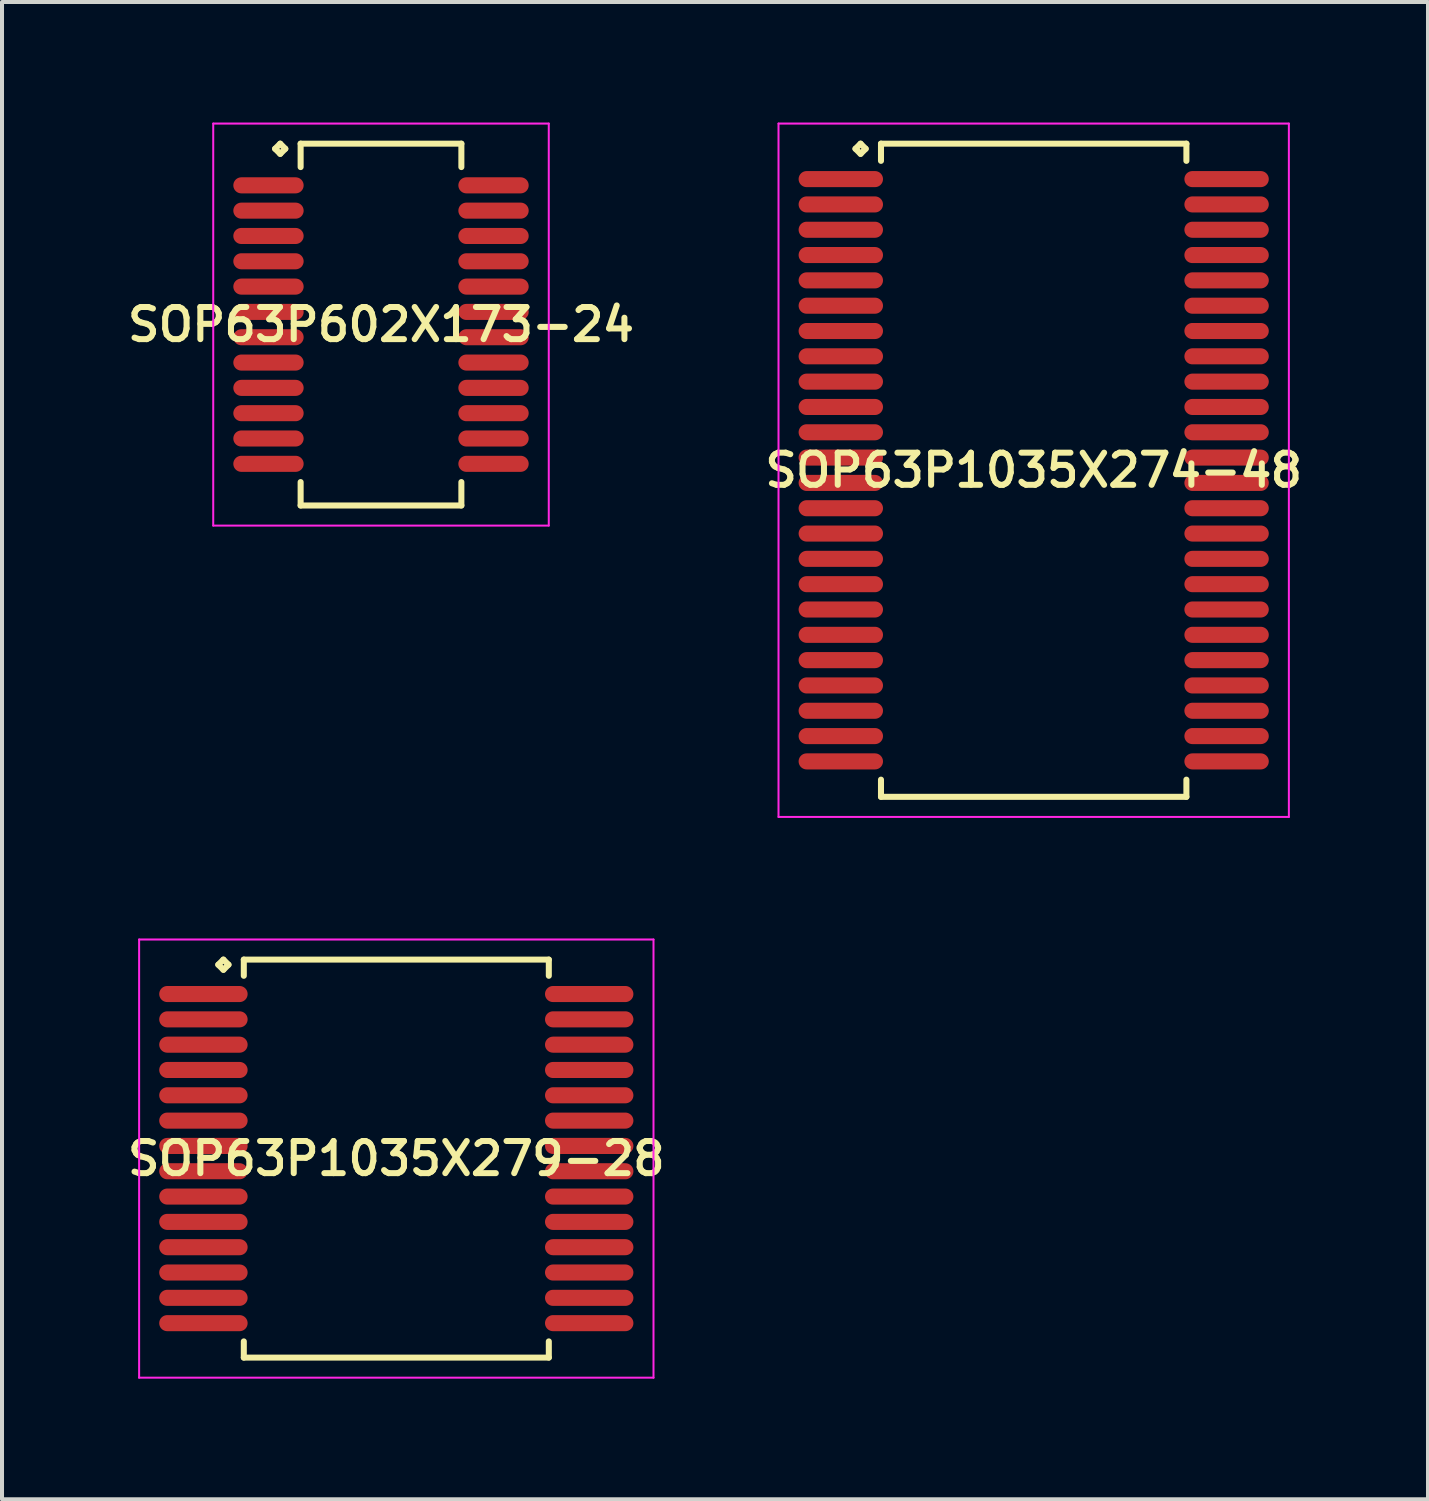
<source format=kicad_pcb>
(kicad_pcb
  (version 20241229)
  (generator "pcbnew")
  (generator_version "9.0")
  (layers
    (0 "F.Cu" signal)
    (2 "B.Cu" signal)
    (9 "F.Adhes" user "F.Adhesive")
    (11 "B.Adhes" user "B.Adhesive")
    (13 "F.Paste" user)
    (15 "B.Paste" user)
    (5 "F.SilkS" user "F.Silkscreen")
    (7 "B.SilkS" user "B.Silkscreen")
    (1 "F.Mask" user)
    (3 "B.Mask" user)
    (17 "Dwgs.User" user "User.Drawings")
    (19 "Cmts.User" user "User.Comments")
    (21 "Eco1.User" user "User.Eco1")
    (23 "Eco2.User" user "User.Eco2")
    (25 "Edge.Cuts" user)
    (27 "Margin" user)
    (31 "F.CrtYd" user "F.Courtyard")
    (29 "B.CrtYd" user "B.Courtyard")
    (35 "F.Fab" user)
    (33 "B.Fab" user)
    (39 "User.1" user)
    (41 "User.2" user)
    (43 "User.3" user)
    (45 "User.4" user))
  (footprint "SOP63P602X173-24"
    (layer "F.Cu")
    (at 6.431 5.027)
    (property "Reference" "SOP63P602X173-24" (at 0 0 0) (layer "F.SilkS") (effects (font (size 0.8 0.8) (thickness 0.15))))
    (attr smd)
    (fp_line (start -2.635 -4.375) (end -2.508 -4.502) (stroke (width 0.15) (type solid)) (layer "F.SilkS"))
    (fp_line (start -2.508 -4.502) (end -2.381 -4.375) (stroke (width 0.15) (type solid)) (layer "F.SilkS"))
    (fp_line (start -2.508 -4.248) (end -2.635 -4.375) (stroke (width 0.15) (type solid)) (layer "F.SilkS"))
    (fp_line (start -2.381 -4.375) (end -2.508 -4.248) (stroke (width 0.15) (type solid)) (layer "F.SilkS"))
    (fp_line (start -2 -4.502) (end 2 -4.502) (stroke (width 0.15) (type solid)) (layer "F.SilkS"))
    (fp_line (start -2 -3.919) (end -2 -4.502) (stroke (width 0.15) (type solid)) (layer "F.SilkS"))
    (fp_line (start -2 3.919) (end -2 4.502) (stroke (width 0.15) (type solid)) (layer "F.SilkS"))
    (fp_line (start -2 4.502) (end 2 4.502) (stroke (width 0.15) (type solid)) (layer "F.SilkS"))
    (fp_line (start 2 -4.502) (end 2 -3.919) (stroke (width 0.15) (type solid)) (layer "F.SilkS"))
    (fp_line (start 2 4.502) (end 2 3.919) (stroke (width 0.15) (type solid)) (layer "F.SilkS"))
    (fp_line (start -4.175 -5.002) (end 4.175 -5.002) (stroke (width 0.05) (type solid)) (layer "F.CrtYd"))
    (fp_line (start -4.175 5.002) (end -4.175 -5.002) (stroke (width 0.05) (type solid)) (layer "F.CrtYd"))
    (fp_line (start 4.175 -5.002) (end 4.175 5.002) (stroke (width 0.05) (type solid)) (layer "F.CrtYd"))
    (fp_line (start 4.175 5.002) (end -4.175 5.002) (stroke (width 0.05) (type solid)) (layer "F.CrtYd"))
    (pad "1" smd oval (at -2.8 -3.465) (size 1.75 0.4) (layers "F.Cu" "F.Mask" "F.Paste"))
    (pad "2" smd oval (at -2.8 -2.835) (size 1.75 0.4) (layers "F.Cu" "F.Mask" "F.Paste"))
    (pad "3" smd oval (at -2.8 -2.205) (size 1.75 0.4) (layers "F.Cu" "F.Mask" "F.Paste"))
    (pad "4" smd oval (at -2.8 -1.575) (size 1.75 0.4) (layers "F.Cu" "F.Mask" "F.Paste"))
    (pad "5" smd oval (at -2.8 -0.945) (size 1.75 0.4) (layers "F.Cu" "F.Mask" "F.Paste"))
    (pad "6" smd oval (at -2.8 -0.315) (size 1.75 0.4) (layers "F.Cu" "F.Mask" "F.Paste"))
    (pad "7" smd oval (at -2.8 0.315) (size 1.75 0.4) (layers "F.Cu" "F.Mask" "F.Paste"))
    (pad "8" smd oval (at -2.8 0.945) (size 1.75 0.4) (layers "F.Cu" "F.Mask" "F.Paste"))
    (pad "9" smd oval (at -2.8 1.575) (size 1.75 0.4) (layers "F.Cu" "F.Mask" "F.Paste"))
    (pad "10" smd oval (at -2.8 2.205) (size 1.75 0.4) (layers "F.Cu" "F.Mask" "F.Paste"))
    (pad "11" smd oval (at -2.8 2.835) (size 1.75 0.4) (layers "F.Cu" "F.Mask" "F.Paste"))
    (pad "12" smd oval (at -2.8 3.465) (size 1.75 0.4) (layers "F.Cu" "F.Mask" "F.Paste"))
    (pad "13" smd oval (at 2.8 3.465) (size 1.75 0.4) (layers "F.Cu" "F.Mask" "F.Paste"))
    (pad "14" smd oval (at 2.8 2.835) (size 1.75 0.4) (layers "F.Cu" "F.Mask" "F.Paste"))
    (pad "15" smd oval (at 2.8 2.205) (size 1.75 0.4) (layers "F.Cu" "F.Mask" "F.Paste"))
    (pad "16" smd oval (at 2.8 1.575) (size 1.75 0.4) (layers "F.Cu" "F.Mask" "F.Paste"))
    (pad "17" smd oval (at 2.8 0.945) (size 1.75 0.4) (layers "F.Cu" "F.Mask" "F.Paste"))
    (pad "18" smd oval (at 2.8 0.315) (size 1.75 0.4) (layers "F.Cu" "F.Mask" "F.Paste"))
    (pad "19" smd oval (at 2.8 -0.315) (size 1.75 0.4) (layers "F.Cu" "F.Mask" "F.Paste"))
    (pad "20" smd oval (at 2.8 -0.945) (size 1.75 0.4) (layers "F.Cu" "F.Mask" "F.Paste"))
    (pad "21" smd oval (at 2.8 -1.575) (size 1.75 0.4) (layers "F.Cu" "F.Mask" "F.Paste"))
    (pad "22" smd oval (at 2.8 -2.205) (size 1.75 0.4) (layers "F.Cu" "F.Mask" "F.Paste"))
    (pad "23" smd oval (at 2.8 -2.835) (size 1.75 0.4) (layers "F.Cu" "F.Mask" "F.Paste"))
    (pad "24" smd oval (at 2.8 -3.465) (size 1.75 0.4) (layers "F.Cu" "F.Mask" "F.Paste")))
  (footprint "SOP63P1035X279-28"
    (layer "F.Cu")
    (at 6.812 25.781)
    (property "Reference" "SOP63P1035X279-28" (at 0 0 0) (layer "F.SilkS") (effects (font (size 0.8 0.8) (thickness 0.15))))
    (attr smd)
    (fp_line (start -4.43 -4.825) (end -4.303 -4.952) (stroke (width 0.15) (type solid)) (layer "F.SilkS"))
    (fp_line (start -4.303 -4.952) (end -4.176 -4.825) (stroke (width 0.15) (type solid)) (layer "F.SilkS"))
    (fp_line (start -4.303 -4.698) (end -4.43 -4.825) (stroke (width 0.15) (type solid)) (layer "F.SilkS"))
    (fp_line (start -4.176 -4.825) (end -4.303 -4.698) (stroke (width 0.15) (type solid)) (layer "F.SilkS"))
    (fp_line (start -3.795 -4.952) (end 3.795 -4.952) (stroke (width 0.15) (type solid)) (layer "F.SilkS"))
    (fp_line (start -3.795 -4.549) (end -3.795 -4.952) (stroke (width 0.15) (type solid)) (layer "F.SilkS"))
    (fp_line (start -3.795 4.549) (end -3.795 4.952) (stroke (width 0.15) (type solid)) (layer "F.SilkS"))
    (fp_line (start -3.795 4.952) (end 3.795 4.952) (stroke (width 0.15) (type solid)) (layer "F.SilkS"))
    (fp_line (start 3.795 -4.952) (end 3.795 -4.549) (stroke (width 0.15) (type solid)) (layer "F.SilkS"))
    (fp_line (start 3.795 4.952) (end 3.795 4.549) (stroke (width 0.15) (type solid)) (layer "F.SilkS"))
    (fp_line (start -6.4 -5.452) (end 6.4 -5.452) (stroke (width 0.05) (type solid)) (layer "F.CrtYd"))
    (fp_line (start -6.4 5.452) (end -6.4 -5.452) (stroke (width 0.05) (type solid)) (layer "F.CrtYd"))
    (fp_line (start 6.4 -5.452) (end 6.4 5.452) (stroke (width 0.05) (type solid)) (layer "F.CrtYd"))
    (fp_line (start 6.4 5.452) (end -6.4 5.452) (stroke (width 0.05) (type solid)) (layer "F.CrtYd"))
    (pad "1" smd oval (at -4.8 -4.095) (size 2.2 0.4) (layers "F.Cu" "F.Mask" "F.Paste"))
    (pad "2" smd oval (at -4.8 -3.465) (size 2.2 0.4) (layers "F.Cu" "F.Mask" "F.Paste"))
    (pad "3" smd oval (at -4.8 -2.835) (size 2.2 0.4) (layers "F.Cu" "F.Mask" "F.Paste"))
    (pad "4" smd oval (at -4.8 -2.205) (size 2.2 0.4) (layers "F.Cu" "F.Mask" "F.Paste"))
    (pad "5" smd oval (at -4.8 -1.575) (size 2.2 0.4) (layers "F.Cu" "F.Mask" "F.Paste"))
    (pad "6" smd oval (at -4.8 -0.945) (size 2.2 0.4) (layers "F.Cu" "F.Mask" "F.Paste"))
    (pad "7" smd oval (at -4.8 -0.315) (size 2.2 0.4) (layers "F.Cu" "F.Mask" "F.Paste"))
    (pad "8" smd oval (at -4.8 0.315) (size 2.2 0.4) (layers "F.Cu" "F.Mask" "F.Paste"))
    (pad "9" smd oval (at -4.8 0.945) (size 2.2 0.4) (layers "F.Cu" "F.Mask" "F.Paste"))
    (pad "10" smd oval (at -4.8 1.575) (size 2.2 0.4) (layers "F.Cu" "F.Mask" "F.Paste"))
    (pad "11" smd oval (at -4.8 2.205) (size 2.2 0.4) (layers "F.Cu" "F.Mask" "F.Paste"))
    (pad "12" smd oval (at -4.8 2.835) (size 2.2 0.4) (layers "F.Cu" "F.Mask" "F.Paste"))
    (pad "13" smd oval (at -4.8 3.465) (size 2.2 0.4) (layers "F.Cu" "F.Mask" "F.Paste"))
    (pad "14" smd oval (at -4.8 4.095) (size 2.2 0.4) (layers "F.Cu" "F.Mask" "F.Paste"))
    (pad "15" smd oval (at 4.8 4.095) (size 2.2 0.4) (layers "F.Cu" "F.Mask" "F.Paste"))
    (pad "16" smd oval (at 4.8 3.465) (size 2.2 0.4) (layers "F.Cu" "F.Mask" "F.Paste"))
    (pad "17" smd oval (at 4.8 2.835) (size 2.2 0.4) (layers "F.Cu" "F.Mask" "F.Paste"))
    (pad "18" smd oval (at 4.8 2.205) (size 2.2 0.4) (layers "F.Cu" "F.Mask" "F.Paste"))
    (pad "19" smd oval (at 4.8 1.575) (size 2.2 0.4) (layers "F.Cu" "F.Mask" "F.Paste"))
    (pad "20" smd oval (at 4.8 0.945) (size 2.2 0.4) (layers "F.Cu" "F.Mask" "F.Paste"))
    (pad "21" smd oval (at 4.8 0.315) (size 2.2 0.4) (layers "F.Cu" "F.Mask" "F.Paste"))
    (pad "22" smd oval (at 4.8 -0.315) (size 2.2 0.4) (layers "F.Cu" "F.Mask" "F.Paste"))
    (pad "23" smd oval (at 4.8 -0.945) (size 2.2 0.4) (layers "F.Cu" "F.Mask" "F.Paste"))
    (pad "24" smd oval (at 4.8 -1.575) (size 2.2 0.4) (layers "F.Cu" "F.Mask" "F.Paste"))
    (pad "25" smd oval (at 4.8 -2.205) (size 2.2 0.4) (layers "F.Cu" "F.Mask" "F.Paste"))
    (pad "26" smd oval (at 4.8 -2.835) (size 2.2 0.4) (layers "F.Cu" "F.Mask" "F.Paste"))
    (pad "27" smd oval (at 4.8 -3.465) (size 2.2 0.4) (layers "F.Cu" "F.Mask" "F.Paste"))
    (pad "28" smd oval (at 4.8 -4.095) (size 2.2 0.4) (layers "F.Cu" "F.Mask" "F.Paste")))
  (footprint "SOP63P1035X274-48"
    (layer "F.Cu")
    (at 22.673 8.652)
    (property "Reference" "SOP63P1035X274-48" (at 0 0 0) (layer "F.SilkS") (effects (font (size 0.8 0.8) (thickness 0.15))))
    (attr smd)
    (fp_line (start -4.435 -8) (end -4.308 -8.127) (stroke (width 0.15) (type solid)) (layer "F.SilkS"))
    (fp_line (start -4.308 -8.127) (end -4.181 -8) (stroke (width 0.15) (type solid)) (layer "F.SilkS"))
    (fp_line (start -4.308 -7.873) (end -4.435 -8) (stroke (width 0.15) (type solid)) (layer "F.SilkS"))
    (fp_line (start -4.181 -8) (end -4.308 -7.873) (stroke (width 0.15) (type solid)) (layer "F.SilkS"))
    (fp_line (start -3.8 -8.127) (end 3.8 -8.127) (stroke (width 0.15) (type solid)) (layer "F.SilkS"))
    (fp_line (start -3.8 -7.699) (end -3.8 -8.127) (stroke (width 0.15) (type solid)) (layer "F.SilkS"))
    (fp_line (start -3.8 7.699) (end -3.8 8.127) (stroke (width 0.15) (type solid)) (layer "F.SilkS"))
    (fp_line (start -3.8 8.127) (end 3.8 8.127) (stroke (width 0.15) (type solid)) (layer "F.SilkS"))
    (fp_line (start 3.8 -8.127) (end 3.8 -7.699) (stroke (width 0.15) (type solid)) (layer "F.SilkS"))
    (fp_line (start 3.8 8.127) (end 3.8 7.699) (stroke (width 0.15) (type solid)) (layer "F.SilkS"))
    (fp_line (start -6.35 -8.627) (end 6.35 -8.627) (stroke (width 0.05) (type solid)) (layer "F.CrtYd"))
    (fp_line (start -6.35 8.627) (end -6.35 -8.627) (stroke (width 0.05) (type solid)) (layer "F.CrtYd"))
    (fp_line (start 6.35 -8.627) (end 6.35 8.627) (stroke (width 0.05) (type solid)) (layer "F.CrtYd"))
    (fp_line (start 6.35 8.627) (end -6.35 8.627) (stroke (width 0.05) (type solid)) (layer "F.CrtYd"))
    (pad "1" smd oval (at -4.8 -7.245) (size 2.1 0.4) (layers "F.Cu" "F.Mask" "F.Paste"))
    (pad "2" smd oval (at -4.8 -6.615) (size 2.1 0.4) (layers "F.Cu" "F.Mask" "F.Paste"))
    (pad "3" smd oval (at -4.8 -5.985) (size 2.1 0.4) (layers "F.Cu" "F.Mask" "F.Paste"))
    (pad "4" smd oval (at -4.8 -5.355) (size 2.1 0.4) (layers "F.Cu" "F.Mask" "F.Paste"))
    (pad "5" smd oval (at -4.8 -4.725) (size 2.1 0.4) (layers "F.Cu" "F.Mask" "F.Paste"))
    (pad "6" smd oval (at -4.8 -4.095) (size 2.1 0.4) (layers "F.Cu" "F.Mask" "F.Paste"))
    (pad "7" smd oval (at -4.8 -3.465) (size 2.1 0.4) (layers "F.Cu" "F.Mask" "F.Paste"))
    (pad "8" smd oval (at -4.8 -2.835) (size 2.1 0.4) (layers "F.Cu" "F.Mask" "F.Paste"))
    (pad "9" smd oval (at -4.8 -2.205) (size 2.1 0.4) (layers "F.Cu" "F.Mask" "F.Paste"))
    (pad "10" smd oval (at -4.8 -1.575) (size 2.1 0.4) (layers "F.Cu" "F.Mask" "F.Paste"))
    (pad "11" smd oval (at -4.8 -0.945) (size 2.1 0.4) (layers "F.Cu" "F.Mask" "F.Paste"))
    (pad "12" smd oval (at -4.8 -0.315) (size 2.1 0.4) (layers "F.Cu" "F.Mask" "F.Paste"))
    (pad "13" smd oval (at -4.8 0.315) (size 2.1 0.4) (layers "F.Cu" "F.Mask" "F.Paste"))
    (pad "14" smd oval (at -4.8 0.945) (size 2.1 0.4) (layers "F.Cu" "F.Mask" "F.Paste"))
    (pad "15" smd oval (at -4.8 1.575) (size 2.1 0.4) (layers "F.Cu" "F.Mask" "F.Paste"))
    (pad "16" smd oval (at -4.8 2.205) (size 2.1 0.4) (layers "F.Cu" "F.Mask" "F.Paste"))
    (pad "17" smd oval (at -4.8 2.835) (size 2.1 0.4) (layers "F.Cu" "F.Mask" "F.Paste"))
    (pad "18" smd oval (at -4.8 3.465) (size 2.1 0.4) (layers "F.Cu" "F.Mask" "F.Paste"))
    (pad "19" smd oval (at -4.8 4.095) (size 2.1 0.4) (layers "F.Cu" "F.Mask" "F.Paste"))
    (pad "20" smd oval (at -4.8 4.725) (size 2.1 0.4) (layers "F.Cu" "F.Mask" "F.Paste"))
    (pad "21" smd oval (at -4.8 5.355) (size 2.1 0.4) (layers "F.Cu" "F.Mask" "F.Paste"))
    (pad "22" smd oval (at -4.8 5.985) (size 2.1 0.4) (layers "F.Cu" "F.Mask" "F.Paste"))
    (pad "23" smd oval (at -4.8 6.615) (size 2.1 0.4) (layers "F.Cu" "F.Mask" "F.Paste"))
    (pad "24" smd oval (at -4.8 7.245) (size 2.1 0.4) (layers "F.Cu" "F.Mask" "F.Paste"))
    (pad "25" smd oval (at 4.8 7.245) (size 2.1 0.4) (layers "F.Cu" "F.Mask" "F.Paste"))
    (pad "26" smd oval (at 4.8 6.615) (size 2.1 0.4) (layers "F.Cu" "F.Mask" "F.Paste"))
    (pad "27" smd oval (at 4.8 5.985) (size 2.1 0.4) (layers "F.Cu" "F.Mask" "F.Paste"))
    (pad "28" smd oval (at 4.8 5.355) (size 2.1 0.4) (layers "F.Cu" "F.Mask" "F.Paste"))
    (pad "29" smd oval (at 4.8 4.725) (size 2.1 0.4) (layers "F.Cu" "F.Mask" "F.Paste"))
    (pad "30" smd oval (at 4.8 4.095) (size 2.1 0.4) (layers "F.Cu" "F.Mask" "F.Paste"))
    (pad "31" smd oval (at 4.8 3.465) (size 2.1 0.4) (layers "F.Cu" "F.Mask" "F.Paste"))
    (pad "32" smd oval (at 4.8 2.835) (size 2.1 0.4) (layers "F.Cu" "F.Mask" "F.Paste"))
    (pad "33" smd oval (at 4.8 2.205) (size 2.1 0.4) (layers "F.Cu" "F.Mask" "F.Paste"))
    (pad "34" smd oval (at 4.8 1.575) (size 2.1 0.4) (layers "F.Cu" "F.Mask" "F.Paste"))
    (pad "35" smd oval (at 4.8 0.945) (size 2.1 0.4) (layers "F.Cu" "F.Mask" "F.Paste"))
    (pad "36" smd oval (at 4.8 0.315) (size 2.1 0.4) (layers "F.Cu" "F.Mask" "F.Paste"))
    (pad "37" smd oval (at 4.8 -0.315) (size 2.1 0.4) (layers "F.Cu" "F.Mask" "F.Paste"))
    (pad "38" smd oval (at 4.8 -0.945) (size 2.1 0.4) (layers "F.Cu" "F.Mask" "F.Paste"))
    (pad "39" smd oval (at 4.8 -1.575) (size 2.1 0.4) (layers "F.Cu" "F.Mask" "F.Paste"))
    (pad "40" smd oval (at 4.8 -2.205) (size 2.1 0.4) (layers "F.Cu" "F.Mask" "F.Paste"))
    (pad "41" smd oval (at 4.8 -2.835) (size 2.1 0.4) (layers "F.Cu" "F.Mask" "F.Paste"))
    (pad "42" smd oval (at 4.8 -3.465) (size 2.1 0.4) (layers "F.Cu" "F.Mask" "F.Paste"))
    (pad "43" smd oval (at 4.8 -4.095) (size 2.1 0.4) (layers "F.Cu" "F.Mask" "F.Paste"))
    (pad "44" smd oval (at 4.8 -4.725) (size 2.1 0.4) (layers "F.Cu" "F.Mask" "F.Paste"))
    (pad "45" smd oval (at 4.8 -5.355) (size 2.1 0.4) (layers "F.Cu" "F.Mask" "F.Paste"))
    (pad "46" smd oval (at 4.8 -5.985) (size 2.1 0.4) (layers "F.Cu" "F.Mask" "F.Paste"))
    (pad "47" smd oval (at 4.8 -6.615) (size 2.1 0.4) (layers "F.Cu" "F.Mask" "F.Paste"))
    (pad "48" smd oval (at 4.8 -7.245) (size 2.1 0.4) (layers "F.Cu" "F.Mask" "F.Paste")))
  (gr_rect
    (start -3 -3)
    (end 32.485 34.258)
    (stroke (width 0.1) (type default))
    (fill no)
    (layer "Edge.Cuts")))
</source>
